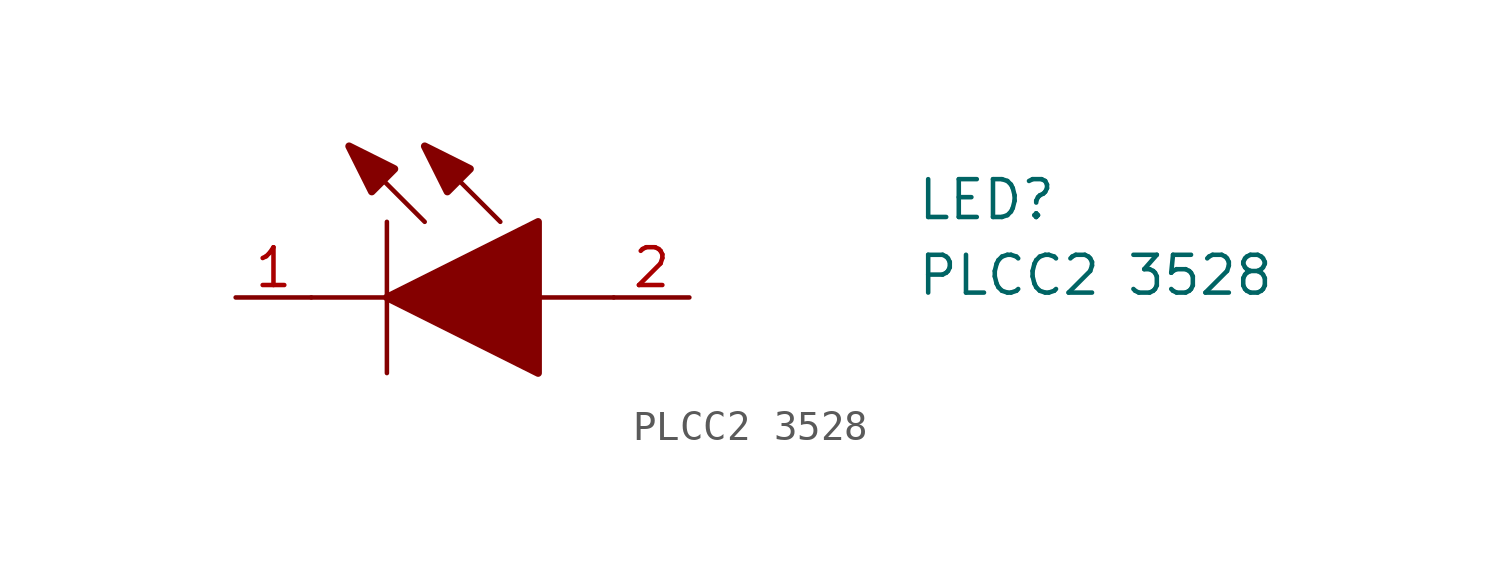
<source format=kicad_sym>
(kicad_symbol_lib
  (version 20211014)
  (generator kicad_symbol_editor)
  (symbol "PLCC2 3528"
    (pin_names
      (offset 0.762))
    (property "Reference" "LED"
      (at 22.86 2.54 0)
      (effects (font (size 1.27 1.27)) (justify left bottom)))
    (property "Value" "PLCC2 3528"
      (at 22.86 0 0)
      (effects (font (size 1.27 1.27)) (justify left bottom)))
    (symbol "PLCC2 3528_0_0"
      (pin passive line (at 0 0 0) (length 2.54) (name "~" (effects (font (size 1.27 1.27)))) (number "1" (effects (font (size 1.27 1.27)))))
      (pin passive line (at 15.24 0 180) (length 2.54) (name "~" (effects (font (size 1.27 1.27)))) (number "2" (effects (font (size 1.27 1.27))))))
    (symbol "PLCC2 3528_0_1"
      (polyline (pts (xy 2.54 0) (xy 5.08 0)) (stroke (width 0.152) (type default) (color 0 0 0 0)) (fill (type none)))
      (polyline (pts (xy 5.08 2.54) (xy 5.08 -2.54)) (stroke (width 0.152) (type default) (color 0 0 0 0)) (fill (type none)))
      (polyline (pts (xy 6.35 2.54) (xy 3.81 5.08)) (stroke (width 0.152) (type default) (color 0 0 0 0)) (fill (type none)))
      (polyline (pts (xy 8.89 2.54) (xy 6.35 5.08)) (stroke (width 0.152) (type default) (color 0 0 0 0)) (fill (type none)))
      (polyline (pts (xy 10.16 0) (xy 12.7 0)) (stroke (width 0.152) (type default) (color 0 0 0 0)) (fill (type none)))
      (polyline (pts (xy 5.08 0) (xy 10.16 2.54) (xy 10.16 -2.54) (xy 5.08 0)) (stroke (width 0.254) (type default) (color 0 0 0 0)) (fill (type outline)))
      (polyline (pts (xy 5.334 4.318) (xy 4.572 3.556) (xy 3.81 5.08) (xy 5.334 4.318)) (stroke (width 0.254) (type default) (color 0 0 0 0)) (fill (type outline)))
      (polyline (pts (xy 7.874 4.318) (xy 7.112 3.556) (xy 6.35 5.08) (xy 7.874 4.318)) (stroke (width 0.254) (type default) (color 0 0 0 0)) (fill (type outline))))))
</source>
